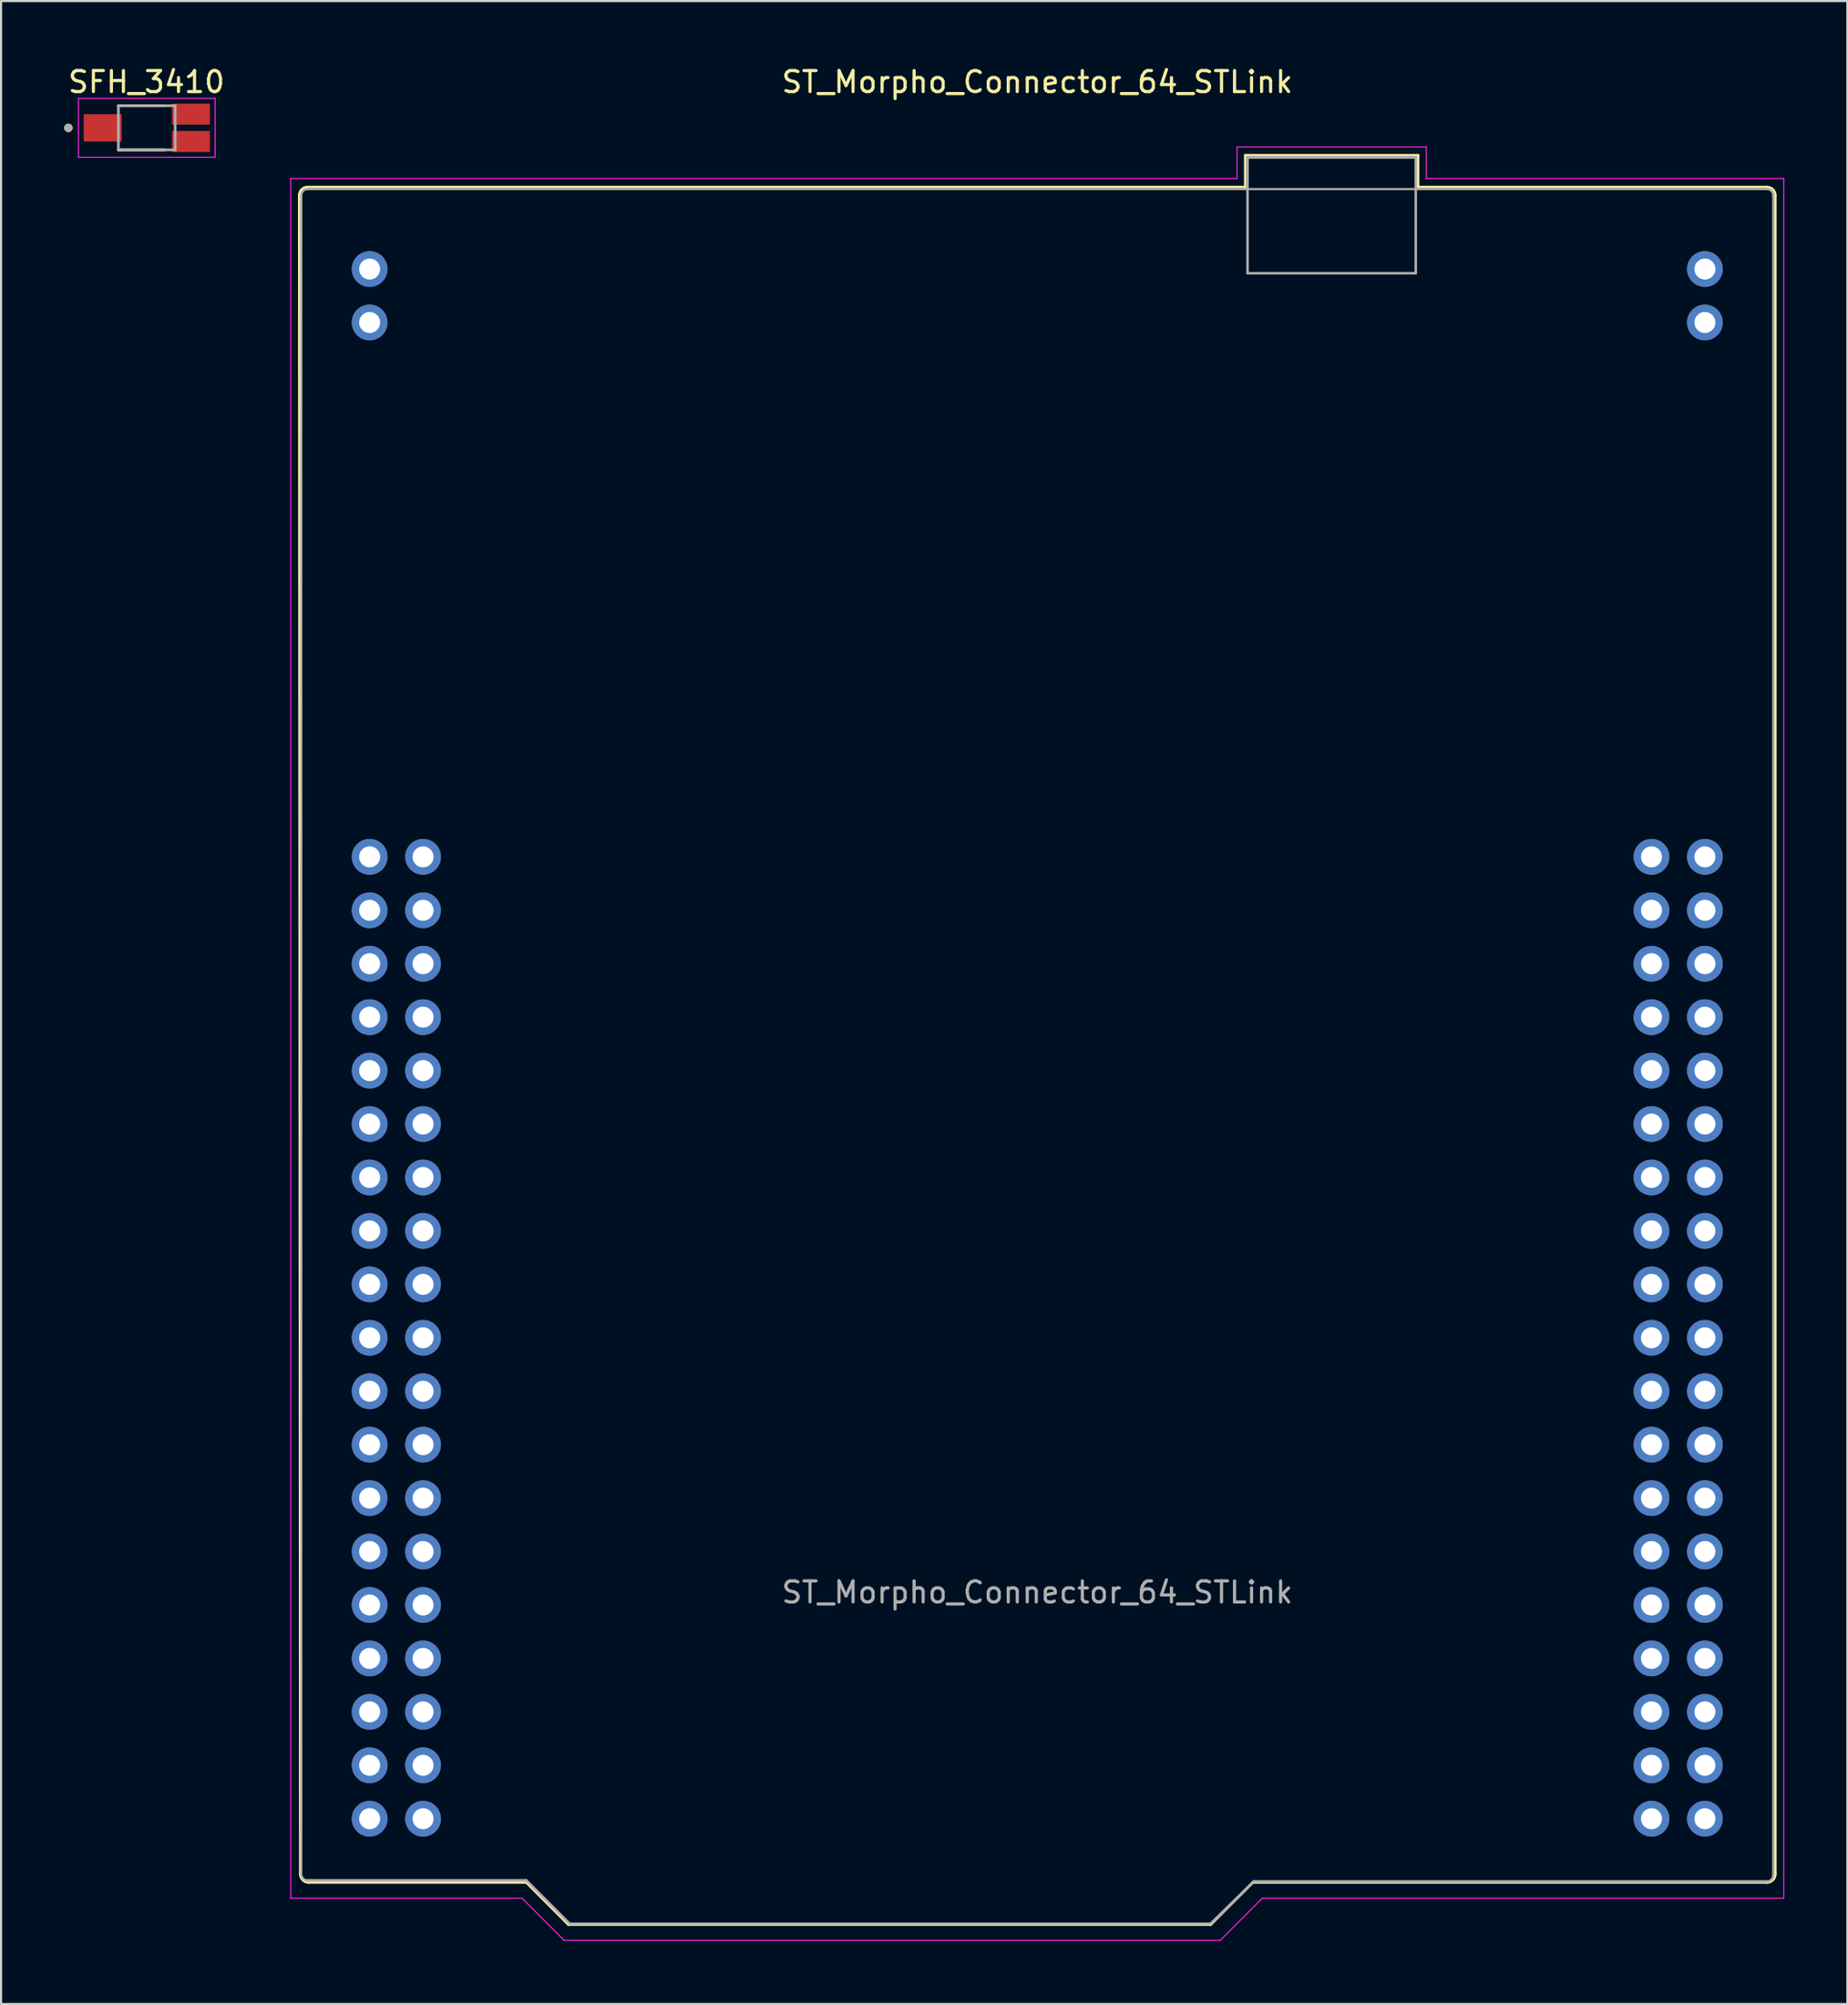
<source format=kicad_pcb>
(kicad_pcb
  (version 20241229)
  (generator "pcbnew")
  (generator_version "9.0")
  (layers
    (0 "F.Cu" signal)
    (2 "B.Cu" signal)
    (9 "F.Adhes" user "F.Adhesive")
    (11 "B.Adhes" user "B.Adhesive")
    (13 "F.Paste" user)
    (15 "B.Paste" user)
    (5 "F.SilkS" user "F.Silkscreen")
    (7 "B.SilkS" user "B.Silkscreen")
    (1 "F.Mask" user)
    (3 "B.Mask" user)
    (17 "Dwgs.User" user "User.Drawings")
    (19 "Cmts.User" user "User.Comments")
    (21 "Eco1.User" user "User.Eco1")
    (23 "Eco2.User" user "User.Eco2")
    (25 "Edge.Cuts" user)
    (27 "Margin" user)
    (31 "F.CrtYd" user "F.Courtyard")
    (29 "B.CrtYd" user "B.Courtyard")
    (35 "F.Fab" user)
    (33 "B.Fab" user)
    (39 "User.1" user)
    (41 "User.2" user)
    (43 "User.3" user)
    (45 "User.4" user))
  (footprint "ST_Morpho_Connector_64_STLink"
    (layer "F.Cu")
    (at 14.529 37.678)
    (property "Reference" "ST_Morpho_Connector_64_STLink" (at 31.75 -36.83 0) (layer "F.SilkS") (effects (font (size 1 1) (thickness 0.15))))
    (attr through_hole)
    (fp_line (start -3.35 -31.44) (end -3.3 48.35) (stroke (width 0.12) (type solid)) (layer "F.SilkS"))
    (fp_line (start 7.45 48.75) (end -2.9 48.75) (stroke (width 0.12) (type solid)) (layer "F.SilkS"))
    (fp_line (start 7.45 48.75) (end 9.45 50.75) (stroke (width 0.12) (type solid)) (layer "F.SilkS"))
    (fp_line (start 40 50.75) (end 9.45 50.75) (stroke (width 0.12) (type solid)) (layer "F.SilkS"))
    (fp_line (start 41.64 -33.35) (end 49.86 -33.35) (stroke (width 0.12) (type solid)) (layer "F.SilkS"))
    (fp_line (start 41.64 -31.84) (end -2.95 -31.84) (stroke (width 0.12) (type solid)) (layer "F.SilkS"))
    (fp_line (start 41.64 -31.84) (end 41.64 -33.35) (stroke (width 0.12) (type solid)) (layer "F.SilkS"))
    (fp_line (start 42 48.75) (end 40 50.75) (stroke (width 0.12) (type solid)) (layer "F.SilkS"))
    (fp_line (start 42 48.75) (end 66.45 48.75) (stroke (width 0.12) (type solid)) (layer "F.SilkS"))
    (fp_line (start 49.86 -33.35) (end 49.86 -31.84) (stroke (width 0.12) (type solid)) (layer "F.SilkS"))
    (fp_line (start 49.86 -31.84) (end 66.45 -31.84) (stroke (width 0.12) (type solid)) (layer "F.SilkS"))
    (fp_line (start 66.85 48.35) (end 66.85 -31.44) (stroke (width 0.12) (type solid)) (layer "F.SilkS"))
    (fp_arc (start -3.35 -31.44) (mid -3.232843 -31.722843) (end -2.95 -31.84) (stroke (width 0.12) (type solid)) (layer "F.SilkS"))
    (fp_arc (start -2.9 48.75) (mid -3.182843 48.632843) (end -3.3 48.35) (stroke (width 0.12) (type solid)) (layer "F.SilkS"))
    (fp_arc (start 66.45 -31.84) (mid 66.732843 -31.722843) (end 66.85 -31.44) (stroke (width 0.12) (type solid)) (layer "F.SilkS"))
    (fp_arc (start 66.85 48.35) (mid 66.732843 48.632843) (end 66.45 48.75) (stroke (width 0.12) (type solid)) (layer "F.SilkS"))
    (fp_line (start -3.75 -32.24) (end -3.75 49.5) (stroke (width 0.05) (type solid)) (layer "F.CrtYd"))
    (fp_line (start -3.75 49.5) (end 7.25 49.5) (stroke (width 0.05) (type solid)) (layer "F.CrtYd"))
    (fp_line (start 7.25 49.5) (end 9.25 51.5) (stroke (width 0.05) (type solid)) (layer "F.CrtYd"))
    (fp_line (start 9.25 51.5) (end 40.45 51.5) (stroke (width 0.05) (type solid)) (layer "F.CrtYd"))
    (fp_line (start 40.45 51.5) (end 42.45 49.5) (stroke (width 0.05) (type solid)) (layer "F.CrtYd"))
    (fp_line (start 41.25 -33.74) (end 50.25 -33.74) (stroke (width 0.05) (type solid)) (layer "F.CrtYd"))
    (fp_line (start 41.25 -32.24) (end -3.75 -32.24) (stroke (width 0.05) (type solid)) (layer "F.CrtYd"))
    (fp_line (start 41.25 -32.24) (end 41.25 -33.74) (stroke (width 0.05) (type solid)) (layer "F.CrtYd"))
    (fp_line (start 50.25 -32.24) (end 50.25 -33.74) (stroke (width 0.05) (type solid)) (layer "F.CrtYd"))
    (fp_line (start 50.25 -32.24) (end 67.25 -32.24) (stroke (width 0.05) (type solid)) (layer "F.CrtYd"))
    (fp_line (start 67.25 49.5) (end 42.45 49.5) (stroke (width 0.05) (type solid)) (layer "F.CrtYd"))
    (fp_line (start 67.25 49.5) (end 67.25 -32.24) (stroke (width 0.05) (type solid)) (layer "F.CrtYd"))
    (fp_line (start -3.25 48.35) (end -3.25 -31.44) (stroke (width 0.1) (type solid)) (layer "F.Fab"))
    (fp_line (start -2.95 48.65) (end 7.45 48.65) (stroke (width 0.12) (type solid)) (layer "F.Fab"))
    (fp_line (start 7.45 48.65) (end 9.5 50.7) (stroke (width 0.12) (type solid)) (layer "F.Fab"))
    (fp_line (start 40 50.7) (end 9.5 50.7) (stroke (width 0.1) (type solid)) (layer "F.Fab"))
    (fp_line (start 40 50.7) (end 42.05 48.7) (stroke (width 0.12) (type solid)) (layer "F.Fab"))
    (fp_line (start 41.75 -33.24) (end 49.75 -33.24) (stroke (width 0.12) (type solid)) (layer "F.Fab"))
    (fp_line (start 41.75 -27.74) (end 41.75 -33.24) (stroke (width 0.12) (type solid)) (layer "F.Fab"))
    (fp_line (start 41.75 -27.74) (end 49.75 -27.74) (stroke (width 0.12) (type solid)) (layer "F.Fab"))
    (fp_line (start 42.05 48.7) (end 66.45 48.7) (stroke (width 0.12) (type solid)) (layer "F.Fab"))
    (fp_line (start 49.75 -33.24) (end 49.75 -27.74) (stroke (width 0.12) (type solid)) (layer "F.Fab"))
    (fp_line (start 66.45 -31.74) (end -2.95 -31.74) (stroke (width 0.1) (type solid)) (layer "F.Fab"))
    (fp_line (start 66.75 48.4) (end 66.75 -31.44) (stroke (width 0.1) (type solid)) (layer "F.Fab"))
    (fp_arc (start -3.25 -31.44) (mid -3.162132 -31.652132) (end -2.95 -31.74) (stroke (width 0.1) (type solid)) (layer "F.Fab"))
    (fp_arc (start -2.95 48.65) (mid -3.162132 48.562132) (end -3.25 48.35) (stroke (width 0.1) (type solid)) (layer "F.Fab"))
    (fp_arc (start 66.45 -31.74) (mid 66.662132 -31.652132) (end 66.75 -31.44) (stroke (width 0.1) (type solid)) (layer "F.Fab"))
    (fp_arc (start 66.75 48.4) (mid 66.662132 48.612132) (end 66.45 48.7) (stroke (width 0.1) (type solid)) (layer "F.Fab"))
    (fp_text user "${REFERENCE}" (at 31.75 34.96 0) (layer "F.Fab") (effects (font (size 1 1) (thickness 0.15))))
    (pad "1" thru_hole circle (at 0 0) (size 1.7 1.7) (drill 1) (layers "*.Cu" "*.Mask"))
    (pad "2" thru_hole circle (at 2.54 0) (size 1.7 1.7) (drill 1) (layers "*.Cu" "*.Mask"))
    (pad "3" thru_hole circle (at 0 2.54) (size 1.7 1.7) (drill 1) (layers "*.Cu" "*.Mask"))
    (pad "4" thru_hole circle (at 2.54 2.54) (size 1.7 1.7) (drill 1) (layers "*.Cu" "*.Mask"))
    (pad "5" thru_hole circle (at 0 5.08) (size 1.7 1.7) (drill 1) (layers "*.Cu" "*.Mask"))
    (pad "6" thru_hole circle (at 2.54 5.08) (size 1.7 1.7) (drill 1) (layers "*.Cu" "*.Mask"))
    (pad "7" thru_hole circle (at 0 7.62) (size 1.7 1.7) (drill 1) (layers "*.Cu" "*.Mask"))
    (pad "8" thru_hole circle (at 2.54 7.62) (size 1.7 1.7) (drill 1) (layers "*.Cu" "*.Mask"))
    (pad "9" thru_hole circle (at 0 10.16) (size 1.7 1.7) (drill 1) (layers "*.Cu" "*.Mask"))
    (pad "10" thru_hole circle (at 2.54 10.16) (size 1.7 1.7) (drill 1) (layers "*.Cu" "*.Mask"))
    (pad "11" thru_hole circle (at 0 12.7) (size 1.7 1.7) (drill 1) (layers "*.Cu" "*.Mask"))
    (pad "12" thru_hole circle (at 2.54 12.7) (size 1.7 1.7) (drill 1) (layers "*.Cu" "*.Mask"))
    (pad "13" thru_hole circle (at 0 15.24) (size 1.7 1.7) (drill 1) (layers "*.Cu" "*.Mask"))
    (pad "14" thru_hole circle (at 2.54 15.24) (size 1.7 1.7) (drill 1) (layers "*.Cu" "*.Mask"))
    (pad "15" thru_hole circle (at 0 17.78) (size 1.7 1.7) (drill 1) (layers "*.Cu" "*.Mask"))
    (pad "16" thru_hole circle (at 2.54 17.78) (size 1.7 1.7) (drill 1) (layers "*.Cu" "*.Mask"))
    (pad "17" thru_hole circle (at 0 20.32) (size 1.7 1.7) (drill 1) (layers "*.Cu" "*.Mask"))
    (pad "18" thru_hole circle (at 2.54 20.32) (size 1.7 1.7) (drill 1) (layers "*.Cu" "*.Mask"))
    (pad "19" thru_hole circle (at 0 22.86) (size 1.7 1.7) (drill 1) (layers "*.Cu" "*.Mask"))
    (pad "20" thru_hole circle (at 2.54 22.86) (size 1.7 1.7) (drill 1) (layers "*.Cu" "*.Mask"))
    (pad "21" thru_hole circle (at 0 25.4) (size 1.7 1.7) (drill 1) (layers "*.Cu" "*.Mask"))
    (pad "22" thru_hole circle (at 2.54 25.4) (size 1.7 1.7) (drill 1) (layers "*.Cu" "*.Mask"))
    (pad "23" thru_hole circle (at 0 27.94) (size 1.7 1.7) (drill 1) (layers "*.Cu" "*.Mask"))
    (pad "24" thru_hole circle (at 2.54 27.94) (size 1.7 1.7) (drill 1) (layers "*.Cu" "*.Mask"))
    (pad "25" thru_hole circle (at 0 30.48) (size 1.7 1.7) (drill 1) (layers "*.Cu" "*.Mask"))
    (pad "26" thru_hole circle (at 2.54 30.48) (size 1.7 1.7) (drill 1) (layers "*.Cu" "*.Mask"))
    (pad "27" thru_hole circle (at 0 33.02) (size 1.7 1.7) (drill 1) (layers "*.Cu" "*.Mask"))
    (pad "28" thru_hole circle (at 2.54 33.02) (size 1.7 1.7) (drill 1) (layers "*.Cu" "*.Mask"))
    (pad "29" thru_hole circle (at 0 35.56) (size 1.7 1.7) (drill 1) (layers "*.Cu" "*.Mask"))
    (pad "30" thru_hole circle (at 2.54 35.56) (size 1.7 1.7) (drill 1) (layers "*.Cu" "*.Mask"))
    (pad "31" thru_hole circle (at 0 38.1) (size 1.7 1.7) (drill 1) (layers "*.Cu" "*.Mask"))
    (pad "32" thru_hole circle (at 2.54 38.1) (size 1.7 1.7) (drill 1) (layers "*.Cu" "*.Mask"))
    (pad "33" thru_hole circle (at 0 40.64) (size 1.7 1.7) (drill 1) (layers "*.Cu" "*.Mask"))
    (pad "34" thru_hole circle (at 2.54 40.64) (size 1.7 1.7) (drill 1) (layers "*.Cu" "*.Mask"))
    (pad "35" thru_hole circle (at 0 43.18) (size 1.7 1.7) (drill 1) (layers "*.Cu" "*.Mask"))
    (pad "36" thru_hole circle (at 2.54 43.18) (size 1.7 1.7) (drill 1) (layers "*.Cu" "*.Mask"))
    (pad "37" thru_hole circle (at 0 45.72) (size 1.7 1.7) (drill 1) (layers "*.Cu" "*.Mask"))
    (pad "38" thru_hole circle (at 2.54 45.72) (size 1.7 1.7) (drill 1) (layers "*.Cu" "*.Mask"))
    (pad "39" thru_hole circle (at 60.96 0) (size 1.7 1.7) (drill 1) (layers "*.Cu" "*.Mask"))
    (pad "40" thru_hole circle (at 63.5 0) (size 1.7 1.7) (drill 1) (layers "*.Cu" "*.Mask"))
    (pad "41" thru_hole circle (at 60.96 2.54) (size 1.7 1.7) (drill 1) (layers "*.Cu" "*.Mask"))
    (pad "42" thru_hole circle (at 63.5 2.54) (size 1.7 1.7) (drill 1) (layers "*.Cu" "*.Mask"))
    (pad "43" thru_hole circle (at 60.96 5.08) (size 1.7 1.7) (drill 1) (layers "*.Cu" "*.Mask"))
    (pad "44" thru_hole circle (at 63.5 5.08) (size 1.7 1.7) (drill 1) (layers "*.Cu" "*.Mask"))
    (pad "45" thru_hole circle (at 60.96 7.62) (size 1.7 1.7) (drill 1) (layers "*.Cu" "*.Mask"))
    (pad "46" thru_hole circle (at 63.5 7.62) (size 1.7 1.7) (drill 1) (layers "*.Cu" "*.Mask"))
    (pad "47" thru_hole circle (at 60.96 10.16) (size 1.7 1.7) (drill 1) (layers "*.Cu" "*.Mask"))
    (pad "48" thru_hole circle (at 63.5 10.16) (size 1.7 1.7) (drill 1) (layers "*.Cu" "*.Mask"))
    (pad "49" thru_hole circle (at 60.96 12.7) (size 1.7 1.7) (drill 1) (layers "*.Cu" "*.Mask"))
    (pad "50" thru_hole circle (at 63.5 12.7) (size 1.7 1.7) (drill 1) (layers "*.Cu" "*.Mask"))
    (pad "51" thru_hole circle (at 60.96 15.24) (size 1.7 1.7) (drill 1) (layers "*.Cu" "*.Mask"))
    (pad "52" thru_hole circle (at 63.5 15.24) (size 1.7 1.7) (drill 1) (layers "*.Cu" "*.Mask"))
    (pad "53" thru_hole circle (at 60.96 17.78) (size 1.7 1.7) (drill 1) (layers "*.Cu" "*.Mask"))
    (pad "54" thru_hole circle (at 63.5 17.78) (size 1.7 1.7) (drill 1) (layers "*.Cu" "*.Mask"))
    (pad "55" thru_hole circle (at 60.96 20.32) (size 1.7 1.7) (drill 1) (layers "*.Cu" "*.Mask"))
    (pad "56" thru_hole circle (at 63.5 20.32) (size 1.7 1.7) (drill 1) (layers "*.Cu" "*.Mask"))
    (pad "57" thru_hole circle (at 60.96 22.86) (size 1.7 1.7) (drill 1) (layers "*.Cu" "*.Mask"))
    (pad "58" thru_hole circle (at 63.5 22.86) (size 1.7 1.7) (drill 1) (layers "*.Cu" "*.Mask"))
    (pad "59" thru_hole circle (at 60.96 25.4) (size 1.7 1.7) (drill 1) (layers "*.Cu" "*.Mask"))
    (pad "60" thru_hole circle (at 63.5 25.4) (size 1.7 1.7) (drill 1) (layers "*.Cu" "*.Mask"))
    (pad "61" thru_hole circle (at 60.96 27.94) (size 1.7 1.7) (drill 1) (layers "*.Cu" "*.Mask"))
    (pad "62" thru_hole circle (at 63.5 27.94) (size 1.7 1.7) (drill 1) (layers "*.Cu" "*.Mask"))
    (pad "63" thru_hole circle (at 60.96 30.48) (size 1.7 1.7) (drill 1) (layers "*.Cu" "*.Mask"))
    (pad "64" thru_hole circle (at 63.5 30.48) (size 1.7 1.7) (drill 1) (layers "*.Cu" "*.Mask"))
    (pad "65" thru_hole circle (at 60.96 33.02) (size 1.7 1.7) (drill 1) (layers "*.Cu" "*.Mask"))
    (pad "66" thru_hole circle (at 63.5 33.02) (size 1.7 1.7) (drill 1) (layers "*.Cu" "*.Mask"))
    (pad "67" thru_hole circle (at 60.96 35.56) (size 1.7 1.7) (drill 1) (layers "*.Cu" "*.Mask"))
    (pad "68" thru_hole circle (at 63.5 35.56) (size 1.7 1.7) (drill 1) (layers "*.Cu" "*.Mask"))
    (pad "69" thru_hole circle (at 60.96 38.1) (size 1.7 1.7) (drill 1) (layers "*.Cu" "*.Mask"))
    (pad "70" thru_hole circle (at 63.5 38.1) (size 1.7 1.7) (drill 1) (layers "*.Cu" "*.Mask"))
    (pad "71" thru_hole circle (at 60.96 40.64) (size 1.7 1.7) (drill 1) (layers "*.Cu" "*.Mask"))
    (pad "72" thru_hole circle (at 63.5 40.64) (size 1.7 1.7) (drill 1) (layers "*.Cu" "*.Mask"))
    (pad "73" thru_hole circle (at 60.96 43.18) (size 1.7 1.7) (drill 1) (layers "*.Cu" "*.Mask"))
    (pad "74" thru_hole circle (at 63.5 43.18) (size 1.7 1.7) (drill 1) (layers "*.Cu" "*.Mask"))
    (pad "75" thru_hole circle (at 60.96 45.72) (size 1.7 1.7) (drill 1) (layers "*.Cu" "*.Mask"))
    (pad "76" thru_hole circle (at 63.5 45.72) (size 1.7 1.7) (drill 1) (layers "*.Cu" "*.Mask"))
    (pad "77" thru_hole circle (at 0 -27.94) (size 1.7 1.7) (drill 1) (layers "*.Cu" "*.Mask"))
    (pad "78" thru_hole circle (at 0 -25.4) (size 1.7 1.7) (drill 1) (layers "*.Cu" "*.Mask"))
    (pad "79" thru_hole circle (at 63.5 -27.94) (size 1.7 1.7) (drill 1) (layers "*.Cu" "*.Mask"))
    (pad "80" thru_hole circle (at 63.5 -25.4) (size 1.7 1.7) (drill 1) (layers "*.Cu" "*.Mask")))
  (footprint "SFH_3410"
    (layer "F.Cu")
    (at 3.93 3.026)
    (property "Reference" "SFH_3410" (at -0.015 -2.178 0) (layer "F.SilkS") (effects (font (size 1 1) (thickness 0.15))))
    (attr through_hole)
    (fp_poly (pts (xy -3.05 -0.7) (xy -1.15 -0.7) (xy -1.15 0.7) (xy -3.05 0.7)) (stroke (width 0.01) (type solid)) (fill yes) (layer "F.Mask"))
    (fp_poly (pts (xy 1.15 -1.2) (xy 3.05 -1.2) (xy 3.05 -0.1) (xy 1.15 -0.1)) (stroke (width 0.01) (type solid)) (fill yes) (layer "F.Mask"))
    (fp_poly (pts (xy 1.15 0.1) (xy 3.05 0.1) (xy 3.05 1.2) (xy 1.15 1.2)) (stroke (width 0.01) (type solid)) (fill yes) (layer "F.Mask"))
    (fp_line (start -1.35 -1.05) (end 0.85 -1.05) (stroke (width 0.127) (type solid)) (layer "F.SilkS"))
    (fp_line (start 0.85 1.05) (end -1.35 1.05) (stroke (width 0.127) (type solid)) (layer "F.SilkS"))
    (fp_circle (center -3.73 0.003) (end -3.63 0.003) (stroke (width 0.2) (type solid)) (fill no) (layer "F.SilkS"))
    (fp_poly (pts (xy -2.95 -0.6) (xy -1.25 -0.6) (xy -1.25 0.6) (xy -2.95 0.6)) (stroke (width 0.01) (type solid)) (fill yes) (layer "F.Paste"))
    (fp_poly (pts (xy 1.25 -1.1) (xy 2.95 -1.1) (xy 2.95 -0.2) (xy 1.25 -0.2)) (stroke (width 0.01) (type solid)) (fill yes) (layer "F.Paste"))
    (fp_poly (pts (xy 1.25 0.2) (xy 2.95 0.2) (xy 2.95 1.1) (xy 1.25 1.1)) (stroke (width 0.01) (type solid)) (fill yes) (layer "F.Paste"))
    (fp_line (start -3.25 -1.4) (end -3.25 1.4) (stroke (width 0.05) (type solid)) (layer "F.CrtYd"))
    (fp_line (start -3.25 1.4) (end 3.25 1.4) (stroke (width 0.05) (type solid)) (layer "F.CrtYd"))
    (fp_line (start 3.25 -1.4) (end -3.25 -1.4) (stroke (width 0.05) (type solid)) (layer "F.CrtYd"))
    (fp_line (start 3.25 1.4) (end 3.25 -1.4) (stroke (width 0.05) (type solid)) (layer "F.CrtYd"))
    (fp_line (start -1.35 -1.05) (end -1.35 1.05) (stroke (width 0.127) (type solid)) (layer "F.Fab"))
    (fp_line (start -1.35 1.05) (end 1.35 1.05) (stroke (width 0.127) (type solid)) (layer "F.Fab"))
    (fp_line (start 1.35 -1.05) (end -1.35 -1.05) (stroke (width 0.127) (type solid)) (layer "F.Fab"))
    (fp_line (start 1.35 1.05) (end 1.35 -1.05) (stroke (width 0.127) (type solid)) (layer "F.Fab"))
    (fp_circle (center -3.73 0.003) (end -3.63 0.003) (stroke (width 0.2) (type solid)) (fill no) (layer "F.Fab"))
    (pad "1" smd rect (at -2.1 0) (size 1.8 1.3) (layers "F.Cu"))
    (pad "2" smd rect (at 2.1 -0.65) (size 1.8 1) (layers "F.Cu"))
    (pad "3" smd rect (at 2.1 0.65) (size 1.8 1) (layers "F.Cu")))
  (gr_rect
    (start -3 -3)
    (end 84.804 92.203)
    (stroke (width 0.1) (type default))
    (fill no)
    (layer "Edge.Cuts")))
</source>
